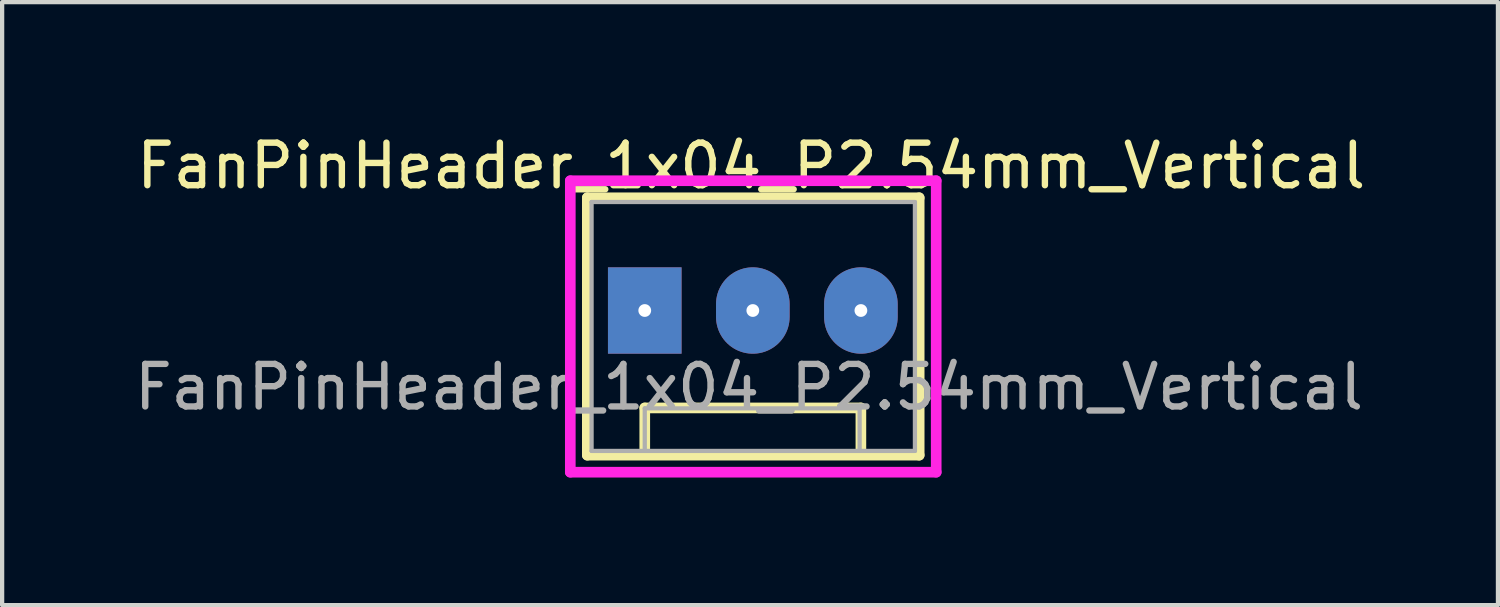
<source format=kicad_pcb>
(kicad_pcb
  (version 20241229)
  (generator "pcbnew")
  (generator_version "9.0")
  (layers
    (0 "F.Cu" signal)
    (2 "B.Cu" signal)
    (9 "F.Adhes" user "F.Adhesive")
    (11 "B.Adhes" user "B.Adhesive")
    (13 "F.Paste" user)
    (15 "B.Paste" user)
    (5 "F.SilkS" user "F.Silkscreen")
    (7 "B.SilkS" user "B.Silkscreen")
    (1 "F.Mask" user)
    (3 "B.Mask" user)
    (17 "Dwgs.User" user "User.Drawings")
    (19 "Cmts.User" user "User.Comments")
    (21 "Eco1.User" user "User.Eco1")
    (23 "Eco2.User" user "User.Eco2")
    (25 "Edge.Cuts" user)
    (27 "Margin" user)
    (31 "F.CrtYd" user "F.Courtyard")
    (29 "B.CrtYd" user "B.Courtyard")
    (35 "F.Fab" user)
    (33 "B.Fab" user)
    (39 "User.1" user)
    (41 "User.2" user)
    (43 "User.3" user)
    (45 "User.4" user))
  (footprint "FanPinHeader_1x04_P2.54mm_Vertical"
    (layer "F.Cu")
    (at 12.104 4.248)
    (property "Reference" "FanPinHeader_1x04_P2.54mm_Vertical" (at 2.5 -3.4 180) (layer "F.SilkS") (effects (font (size 1 1) (thickness 0.15))))
    (attr through_hole)
    (fp_line (start -1.35 -2.65) (end 6.45 -2.65) (stroke (width 0.25) (type solid)) (layer "F.SilkS"))
    (fp_line (start -1.35 3.4) (end -1.35 -2.65) (stroke (width 0.25) (type solid)) (layer "F.SilkS"))
    (fp_line (start 0 2.29) (end 5.08 2.29) (stroke (width 0.25) (type solid)) (layer "F.SilkS"))
    (fp_line (start 0 3.3) (end 0 2.29) (stroke (width 0.25) (type solid)) (layer "F.SilkS"))
    (fp_line (start 5.08 2.29) (end 5.08 3.3) (stroke (width 0.25) (type solid)) (layer "F.SilkS"))
    (fp_line (start 6.45 -2.65) (end 6.45 3.4) (stroke (width 0.25) (type solid)) (layer "F.SilkS"))
    (fp_line (start 6.45 3.4) (end -1.35 3.4) (stroke (width 0.25) (type solid)) (layer "F.SilkS"))
    (fp_line (start -1.75 3.8) (end -1.75 -3.05) (stroke (width 0.25) (type solid)) (layer "F.CrtYd"))
    (fp_line (start -1.75 3.8) (end 6.85 3.8) (stroke (width 0.25) (type solid)) (layer "F.CrtYd"))
    (fp_line (start 6.85 -3.05) (end -1.75 -3.05) (stroke (width 0.25) (type solid)) (layer "F.CrtYd"))
    (fp_line (start 6.85 -3.05) (end 6.85 3.8) (stroke (width 0.25) (type solid)) (layer "F.CrtYd"))
    (fp_line (start -1.25 -2.55) (end 6.35 -2.55) (stroke (width 0.1) (type solid)) (layer "F.Fab"))
    (fp_line (start -1.25 3.3) (end -1.25 -2.55) (stroke (width 0.1) (type solid)) (layer "F.Fab"))
    (fp_line (start 0 2.3) (end 0 3.3) (stroke (width 0.1) (type solid)) (layer "F.Fab"))
    (fp_line (start 5.05 2.3) (end 0 2.3) (stroke (width 0.1) (type solid)) (layer "F.Fab"))
    (fp_line (start 5.05 3.3) (end 5.05 2.3) (stroke (width 0.1) (type solid)) (layer "F.Fab"))
    (fp_line (start 6.35 -2.55) (end 6.35 3.3) (stroke (width 0.1) (type solid)) (layer "F.Fab"))
    (fp_line (start 6.35 3.3) (end -1.25 3.3) (stroke (width 0.1) (type solid)) (layer "F.Fab"))
    (fp_text user "${REFERENCE}" (at 2.45 1.8 180) (layer "F.Fab") (effects (font (size 1 1) (thickness 0.15))))
    (pad "1" thru_hole rect (at 0 0 90) (size 2.03 1.73) (drill 0.3) (layers "*.Cu" "*.Mask"))
    (pad "2" thru_hole oval (at 2.54 0 90) (size 2.03 1.73) (drill 0.3) (layers "*.Cu" "*.Mask"))
    (pad "3" thru_hole oval (at 5.08 0 90) (size 2.03 1.73) (drill 0.3) (layers "*.Cu" "*.Mask")))
  (gr_rect
    (start -3 -3)
    (end 32.157 11.173)
    (stroke (width 0.1) (type default))
    (fill no)
    (layer "Edge.Cuts")))
</source>
